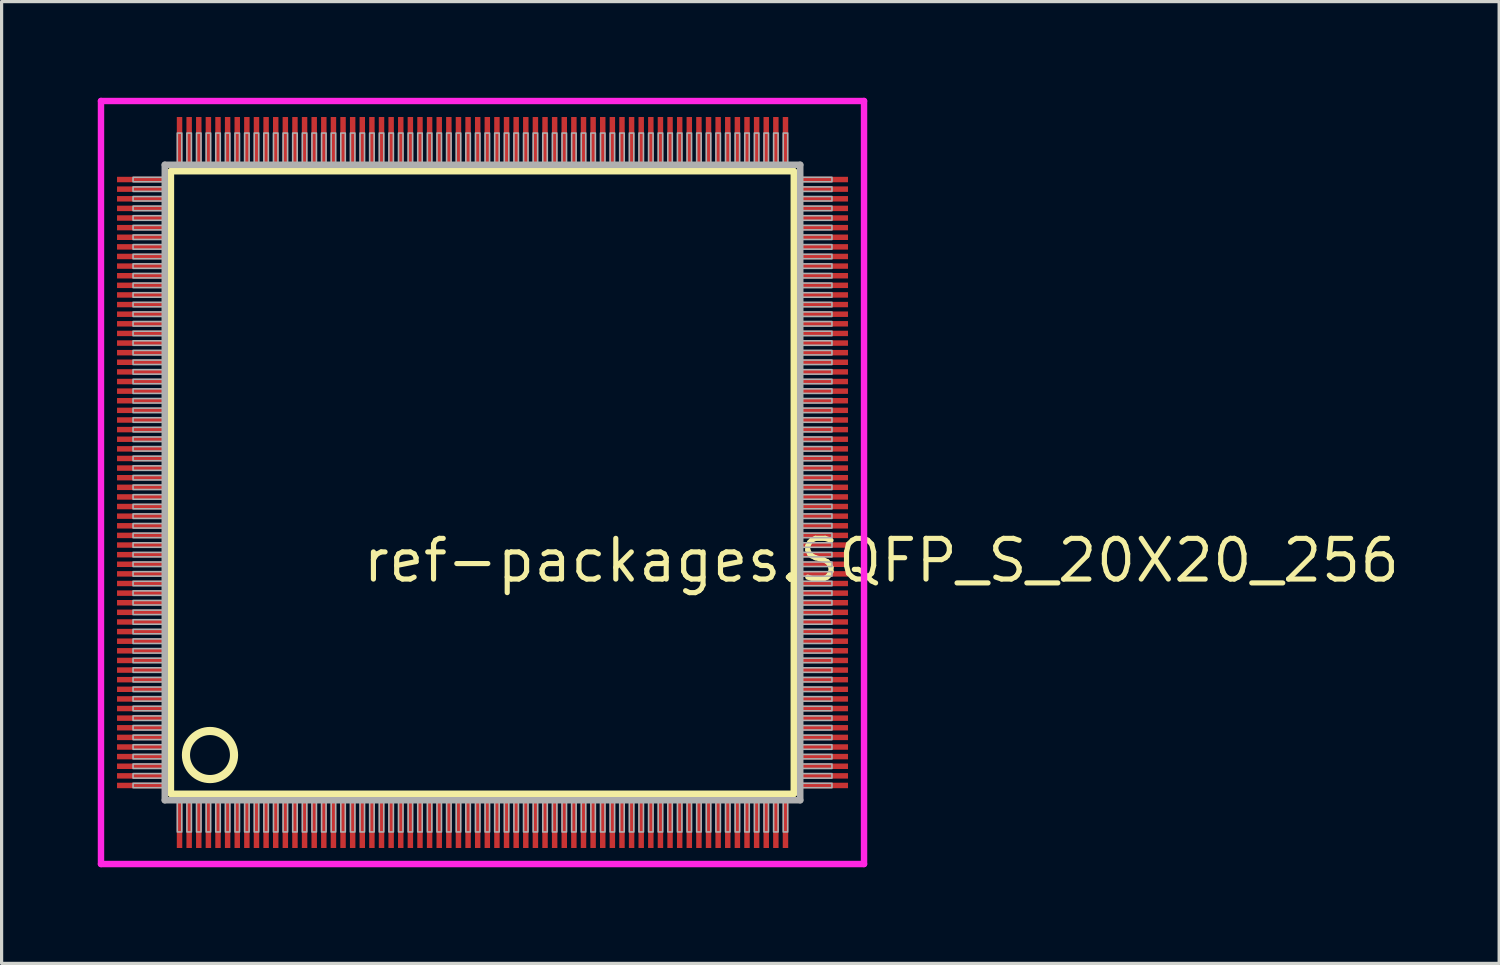
<source format=kicad_pcb>
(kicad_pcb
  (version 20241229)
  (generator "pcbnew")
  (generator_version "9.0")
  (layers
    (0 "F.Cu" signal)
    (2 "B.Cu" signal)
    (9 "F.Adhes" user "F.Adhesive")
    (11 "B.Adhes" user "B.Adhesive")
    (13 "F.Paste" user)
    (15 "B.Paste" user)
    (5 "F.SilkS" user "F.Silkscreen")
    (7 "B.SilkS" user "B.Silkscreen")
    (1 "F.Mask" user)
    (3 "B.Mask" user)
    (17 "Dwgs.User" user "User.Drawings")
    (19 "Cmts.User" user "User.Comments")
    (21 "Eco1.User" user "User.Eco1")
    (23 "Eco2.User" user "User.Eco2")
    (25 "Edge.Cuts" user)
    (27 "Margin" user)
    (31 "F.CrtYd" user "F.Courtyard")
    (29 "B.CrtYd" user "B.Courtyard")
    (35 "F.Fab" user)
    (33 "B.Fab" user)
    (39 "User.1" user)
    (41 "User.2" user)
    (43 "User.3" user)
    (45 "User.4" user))
  (footprint "ref-packages.SQFP_S_20X20_256"
    (layer "F.Cu")
    (at 12 12)
    (property "Reference" "ref-packages.SQFP_S_20X20_256" (at -3.81 3.175 0) (layer "F.SilkS") (effects (font (size 1.27 1.27) (thickness 0.16)) (justify left bottom)))
    (attr smd)
    (fp_line (start -9.72 -9.71) (end 9.71 -9.71) (stroke (width 0.203) (type default)) (layer "F.SilkS"))
    (fp_line (start -9.72 9.71) (end -9.72 -9.71) (stroke (width 0.203) (type default)) (layer "F.SilkS"))
    (fp_line (start 9.71 9.71) (end -9.72 9.71) (stroke (width 0.203) (type default)) (layer "F.SilkS"))
    (fp_line (start 9.71 -9.71) (end 9.71 9.71) (stroke (width 0.203) (type default)) (layer "F.SilkS"))
    (fp_circle (center -8.5 8.5) (end -7.75 8.5) (stroke (width 0.254) (type default)) (fill no) (layer "F.SilkS"))
    (fp_line (start -11.9 -11.9) (end 11.9 -11.9) (stroke (width 0.2) (type default)) (layer "F.CrtYd"))
    (fp_line (start -11.9 11.9) (end -11.9 -11.9) (stroke (width 0.2) (type default)) (layer "F.CrtYd"))
    (fp_line (start 11.9 -11.9) (end 11.9 11.9) (stroke (width 0.2) (type default)) (layer "F.CrtYd"))
    (fp_line (start 11.9 11.9) (end -11.9 11.9) (stroke (width 0.2) (type default)) (layer "F.CrtYd"))
    (fp_line (start -9.91 -9.91) (end -9.91 9.91) (stroke (width 0.203) (type default)) (layer "F.Fab"))
    (fp_line (start -9.91 9.91) (end 9.91 9.91) (stroke (width 0.203) (type default)) (layer "F.Fab"))
    (fp_line (start 9.91 -9.91) (end -9.91 -9.91) (stroke (width 0.203) (type default)) (layer "F.Fab"))
    (fp_line (start 9.91 9.91) (end 9.91 -9.91) (stroke (width 0.203) (type default)) (layer "F.Fab"))
    (fp_rect (start -10.9 -9.38) (end -9.95 -9.52) (stroke (width 0.05) (type default)) (fill no) (layer "F.Fab"))
    (fp_rect (start -10.9 -9.08) (end -9.95 -9.22) (stroke (width 0.05) (type default)) (fill no) (layer "F.Fab"))
    (fp_rect (start -10.9 -8.78) (end -9.95 -8.92) (stroke (width 0.05) (type default)) (fill no) (layer "F.Fab"))
    (fp_rect (start -10.9 -8.48) (end -9.95 -8.62) (stroke (width 0.05) (type default)) (fill no) (layer "F.Fab"))
    (fp_rect (start -10.9 -8.18) (end -9.95 -8.32) (stroke (width 0.05) (type default)) (fill no) (layer "F.Fab"))
    (fp_rect (start -10.9 -7.88) (end -9.95 -8.02) (stroke (width 0.05) (type default)) (fill no) (layer "F.Fab"))
    (fp_rect (start -10.9 -7.58) (end -9.95 -7.72) (stroke (width 0.05) (type default)) (fill no) (layer "F.Fab"))
    (fp_rect (start -10.9 -7.28) (end -9.95 -7.42) (stroke (width 0.05) (type default)) (fill no) (layer "F.Fab"))
    (fp_rect (start -10.9 -6.98) (end -9.95 -7.12) (stroke (width 0.05) (type default)) (fill no) (layer "F.Fab"))
    (fp_rect (start -10.9 -6.68) (end -9.95 -6.82) (stroke (width 0.05) (type default)) (fill no) (layer "F.Fab"))
    (fp_rect (start -10.9 -6.38) (end -9.95 -6.52) (stroke (width 0.05) (type default)) (fill no) (layer "F.Fab"))
    (fp_rect (start -10.9 -6.08) (end -9.95 -6.22) (stroke (width 0.05) (type default)) (fill no) (layer "F.Fab"))
    (fp_rect (start -10.9 -5.78) (end -9.95 -5.92) (stroke (width 0.05) (type default)) (fill no) (layer "F.Fab"))
    (fp_rect (start -10.9 -5.48) (end -9.95 -5.62) (stroke (width 0.05) (type default)) (fill no) (layer "F.Fab"))
    (fp_rect (start -10.9 -5.18) (end -9.95 -5.32) (stroke (width 0.05) (type default)) (fill no) (layer "F.Fab"))
    (fp_rect (start -10.9 -4.88) (end -9.95 -5.02) (stroke (width 0.05) (type default)) (fill no) (layer "F.Fab"))
    (fp_rect (start -10.9 -4.58) (end -9.95 -4.72) (stroke (width 0.05) (type default)) (fill no) (layer "F.Fab"))
    (fp_rect (start -10.9 -4.28) (end -9.95 -4.42) (stroke (width 0.05) (type default)) (fill no) (layer "F.Fab"))
    (fp_rect (start -10.9 -3.98) (end -9.95 -4.12) (stroke (width 0.05) (type default)) (fill no) (layer "F.Fab"))
    (fp_rect (start -10.9 -3.68) (end -9.95 -3.82) (stroke (width 0.05) (type default)) (fill no) (layer "F.Fab"))
    (fp_rect (start -10.9 -3.38) (end -9.95 -3.52) (stroke (width 0.05) (type default)) (fill no) (layer "F.Fab"))
    (fp_rect (start -10.9 -3.08) (end -9.95 -3.22) (stroke (width 0.05) (type default)) (fill no) (layer "F.Fab"))
    (fp_rect (start -10.9 -2.78) (end -9.95 -2.92) (stroke (width 0.05) (type default)) (fill no) (layer "F.Fab"))
    (fp_rect (start -10.9 -2.48) (end -9.95 -2.62) (stroke (width 0.05) (type default)) (fill no) (layer "F.Fab"))
    (fp_rect (start -10.9 -2.18) (end -9.95 -2.32) (stroke (width 0.05) (type default)) (fill no) (layer "F.Fab"))
    (fp_rect (start -10.9 -1.88) (end -9.95 -2.02) (stroke (width 0.05) (type default)) (fill no) (layer "F.Fab"))
    (fp_rect (start -10.9 -1.58) (end -9.95 -1.72) (stroke (width 0.05) (type default)) (fill no) (layer "F.Fab"))
    (fp_rect (start -10.9 -1.28) (end -9.95 -1.42) (stroke (width 0.05) (type default)) (fill no) (layer "F.Fab"))
    (fp_rect (start -10.9 -0.98) (end -9.95 -1.12) (stroke (width 0.05) (type default)) (fill no) (layer "F.Fab"))
    (fp_rect (start -10.9 -0.68) (end -9.95 -0.82) (stroke (width 0.05) (type default)) (fill no) (layer "F.Fab"))
    (fp_rect (start -10.9 -0.38) (end -9.95 -0.52) (stroke (width 0.05) (type default)) (fill no) (layer "F.Fab"))
    (fp_rect (start -10.9 -0.08) (end -9.95 -0.22) (stroke (width 0.05) (type default)) (fill no) (layer "F.Fab"))
    (fp_rect (start -10.9 0.22) (end -9.95 0.08) (stroke (width 0.05) (type default)) (fill no) (layer "F.Fab"))
    (fp_rect (start -10.9 0.52) (end -9.95 0.38) (stroke (width 0.05) (type default)) (fill no) (layer "F.Fab"))
    (fp_rect (start -10.9 0.82) (end -9.95 0.68) (stroke (width 0.05) (type default)) (fill no) (layer "F.Fab"))
    (fp_rect (start -10.9 1.12) (end -9.95 0.98) (stroke (width 0.05) (type default)) (fill no) (layer "F.Fab"))
    (fp_rect (start -10.9 1.42) (end -9.95 1.28) (stroke (width 0.05) (type default)) (fill no) (layer "F.Fab"))
    (fp_rect (start -10.9 1.72) (end -9.95 1.58) (stroke (width 0.05) (type default)) (fill no) (layer "F.Fab"))
    (fp_rect (start -10.9 2.02) (end -9.95 1.88) (stroke (width 0.05) (type default)) (fill no) (layer "F.Fab"))
    (fp_rect (start -10.9 2.32) (end -9.95 2.18) (stroke (width 0.05) (type default)) (fill no) (layer "F.Fab"))
    (fp_rect (start -10.9 2.62) (end -9.95 2.48) (stroke (width 0.05) (type default)) (fill no) (layer "F.Fab"))
    (fp_rect (start -10.9 2.92) (end -9.95 2.78) (stroke (width 0.05) (type default)) (fill no) (layer "F.Fab"))
    (fp_rect (start -10.9 3.22) (end -9.95 3.08) (stroke (width 0.05) (type default)) (fill no) (layer "F.Fab"))
    (fp_rect (start -10.9 3.52) (end -9.95 3.38) (stroke (width 0.05) (type default)) (fill no) (layer "F.Fab"))
    (fp_rect (start -10.9 3.82) (end -9.95 3.68) (stroke (width 0.05) (type default)) (fill no) (layer "F.Fab"))
    (fp_rect (start -10.9 4.12) (end -9.95 3.98) (stroke (width 0.05) (type default)) (fill no) (layer "F.Fab"))
    (fp_rect (start -10.9 4.42) (end -9.95 4.28) (stroke (width 0.05) (type default)) (fill no) (layer "F.Fab"))
    (fp_rect (start -10.9 4.72) (end -9.95 4.58) (stroke (width 0.05) (type default)) (fill no) (layer "F.Fab"))
    (fp_rect (start -10.9 5.02) (end -9.95 4.88) (stroke (width 0.05) (type default)) (fill no) (layer "F.Fab"))
    (fp_rect (start -10.9 5.32) (end -9.95 5.18) (stroke (width 0.05) (type default)) (fill no) (layer "F.Fab"))
    (fp_rect (start -10.9 5.62) (end -9.95 5.48) (stroke (width 0.05) (type default)) (fill no) (layer "F.Fab"))
    (fp_rect (start -10.9 5.92) (end -9.95 5.78) (stroke (width 0.05) (type default)) (fill no) (layer "F.Fab"))
    (fp_rect (start -10.9 6.22) (end -9.95 6.08) (stroke (width 0.05) (type default)) (fill no) (layer "F.Fab"))
    (fp_rect (start -10.9 6.52) (end -9.95 6.38) (stroke (width 0.05) (type default)) (fill no) (layer "F.Fab"))
    (fp_rect (start -10.9 6.82) (end -9.95 6.68) (stroke (width 0.05) (type default)) (fill no) (layer "F.Fab"))
    (fp_rect (start -10.9 7.12) (end -9.95 6.98) (stroke (width 0.05) (type default)) (fill no) (layer "F.Fab"))
    (fp_rect (start -10.9 7.42) (end -9.95 7.28) (stroke (width 0.05) (type default)) (fill no) (layer "F.Fab"))
    (fp_rect (start -10.9 7.72) (end -9.95 7.58) (stroke (width 0.05) (type default)) (fill no) (layer "F.Fab"))
    (fp_rect (start -10.9 8.02) (end -9.95 7.88) (stroke (width 0.05) (type default)) (fill no) (layer "F.Fab"))
    (fp_rect (start -10.9 8.32) (end -9.95 8.18) (stroke (width 0.05) (type default)) (fill no) (layer "F.Fab"))
    (fp_rect (start -10.9 8.62) (end -9.95 8.48) (stroke (width 0.05) (type default)) (fill no) (layer "F.Fab"))
    (fp_rect (start -10.9 8.92) (end -9.95 8.78) (stroke (width 0.05) (type default)) (fill no) (layer "F.Fab"))
    (fp_rect (start -10.9 9.22) (end -9.95 9.08) (stroke (width 0.05) (type default)) (fill no) (layer "F.Fab"))
    (fp_rect (start -10.9 9.52) (end -9.95 9.38) (stroke (width 0.05) (type default)) (fill no) (layer "F.Fab"))
    (fp_rect (start -9.52 -9.95) (end -9.38 -10.9) (stroke (width 0.05) (type default)) (fill no) (layer "F.Fab"))
    (fp_rect (start -9.52 10.9) (end -9.38 9.95) (stroke (width 0.05) (type default)) (fill no) (layer "F.Fab"))
    (fp_rect (start -9.22 -9.95) (end -9.08 -10.9) (stroke (width 0.05) (type default)) (fill no) (layer "F.Fab"))
    (fp_rect (start -9.22 10.9) (end -9.08 9.95) (stroke (width 0.05) (type default)) (fill no) (layer "F.Fab"))
    (fp_rect (start -8.92 -9.95) (end -8.78 -10.9) (stroke (width 0.05) (type default)) (fill no) (layer "F.Fab"))
    (fp_rect (start -8.92 10.9) (end -8.78 9.95) (stroke (width 0.05) (type default)) (fill no) (layer "F.Fab"))
    (fp_rect (start -8.62 -9.95) (end -8.48 -10.9) (stroke (width 0.05) (type default)) (fill no) (layer "F.Fab"))
    (fp_rect (start -8.62 10.9) (end -8.48 9.95) (stroke (width 0.05) (type default)) (fill no) (layer "F.Fab"))
    (fp_rect (start -8.32 -9.95) (end -8.18 -10.9) (stroke (width 0.05) (type default)) (fill no) (layer "F.Fab"))
    (fp_rect (start -8.32 10.9) (end -8.18 9.95) (stroke (width 0.05) (type default)) (fill no) (layer "F.Fab"))
    (fp_rect (start -8.02 -9.95) (end -7.88 -10.9) (stroke (width 0.05) (type default)) (fill no) (layer "F.Fab"))
    (fp_rect (start -8.02 10.9) (end -7.88 9.95) (stroke (width 0.05) (type default)) (fill no) (layer "F.Fab"))
    (fp_rect (start -7.72 -9.95) (end -7.58 -10.9) (stroke (width 0.05) (type default)) (fill no) (layer "F.Fab"))
    (fp_rect (start -7.72 10.9) (end -7.58 9.95) (stroke (width 0.05) (type default)) (fill no) (layer "F.Fab"))
    (fp_rect (start -7.42 -9.95) (end -7.28 -10.9) (stroke (width 0.05) (type default)) (fill no) (layer "F.Fab"))
    (fp_rect (start -7.42 10.9) (end -7.28 9.95) (stroke (width 0.05) (type default)) (fill no) (layer "F.Fab"))
    (fp_rect (start -7.12 -9.95) (end -6.98 -10.9) (stroke (width 0.05) (type default)) (fill no) (layer "F.Fab"))
    (fp_rect (start -7.12 10.9) (end -6.98 9.95) (stroke (width 0.05) (type default)) (fill no) (layer "F.Fab"))
    (fp_rect (start -6.82 -9.95) (end -6.68 -10.9) (stroke (width 0.05) (type default)) (fill no) (layer "F.Fab"))
    (fp_rect (start -6.82 10.9) (end -6.68 9.95) (stroke (width 0.05) (type default)) (fill no) (layer "F.Fab"))
    (fp_rect (start -6.52 -9.95) (end -6.38 -10.9) (stroke (width 0.05) (type default)) (fill no) (layer "F.Fab"))
    (fp_rect (start -6.52 10.9) (end -6.38 9.95) (stroke (width 0.05) (type default)) (fill no) (layer "F.Fab"))
    (fp_rect (start -6.22 -9.95) (end -6.08 -10.9) (stroke (width 0.05) (type default)) (fill no) (layer "F.Fab"))
    (fp_rect (start -6.22 10.9) (end -6.08 9.95) (stroke (width 0.05) (type default)) (fill no) (layer "F.Fab"))
    (fp_rect (start -5.92 -9.95) (end -5.78 -10.9) (stroke (width 0.05) (type default)) (fill no) (layer "F.Fab"))
    (fp_rect (start -5.92 10.9) (end -5.78 9.95) (stroke (width 0.05) (type default)) (fill no) (layer "F.Fab"))
    (fp_rect (start -5.62 -9.95) (end -5.48 -10.9) (stroke (width 0.05) (type default)) (fill no) (layer "F.Fab"))
    (fp_rect (start -5.62 10.9) (end -5.48 9.95) (stroke (width 0.05) (type default)) (fill no) (layer "F.Fab"))
    (fp_rect (start -5.32 -9.95) (end -5.18 -10.9) (stroke (width 0.05) (type default)) (fill no) (layer "F.Fab"))
    (fp_rect (start -5.32 10.9) (end -5.18 9.95) (stroke (width 0.05) (type default)) (fill no) (layer "F.Fab"))
    (fp_rect (start -5.02 -9.95) (end -4.88 -10.9) (stroke (width 0.05) (type default)) (fill no) (layer "F.Fab"))
    (fp_rect (start -5.02 10.9) (end -4.88 9.95) (stroke (width 0.05) (type default)) (fill no) (layer "F.Fab"))
    (fp_rect (start -4.72 -9.95) (end -4.58 -10.9) (stroke (width 0.05) (type default)) (fill no) (layer "F.Fab"))
    (fp_rect (start -4.72 10.9) (end -4.58 9.95) (stroke (width 0.05) (type default)) (fill no) (layer "F.Fab"))
    (fp_rect (start -4.42 -9.95) (end -4.28 -10.9) (stroke (width 0.05) (type default)) (fill no) (layer "F.Fab"))
    (fp_rect (start -4.42 10.9) (end -4.28 9.95) (stroke (width 0.05) (type default)) (fill no) (layer "F.Fab"))
    (fp_rect (start -4.12 -9.95) (end -3.98 -10.9) (stroke (width 0.05) (type default)) (fill no) (layer "F.Fab"))
    (fp_rect (start -4.12 10.9) (end -3.98 9.95) (stroke (width 0.05) (type default)) (fill no) (layer "F.Fab"))
    (fp_rect (start -3.82 -9.95) (end -3.68 -10.9) (stroke (width 0.05) (type default)) (fill no) (layer "F.Fab"))
    (fp_rect (start -3.82 10.9) (end -3.68 9.95) (stroke (width 0.05) (type default)) (fill no) (layer "F.Fab"))
    (fp_rect (start -3.52 -9.95) (end -3.38 -10.9) (stroke (width 0.05) (type default)) (fill no) (layer "F.Fab"))
    (fp_rect (start -3.52 10.9) (end -3.38 9.95) (stroke (width 0.05) (type default)) (fill no) (layer "F.Fab"))
    (fp_rect (start -3.22 -9.95) (end -3.08 -10.9) (stroke (width 0.05) (type default)) (fill no) (layer "F.Fab"))
    (fp_rect (start -3.22 10.9) (end -3.08 9.95) (stroke (width 0.05) (type default)) (fill no) (layer "F.Fab"))
    (fp_rect (start -2.92 -9.95) (end -2.78 -10.9) (stroke (width 0.05) (type default)) (fill no) (layer "F.Fab"))
    (fp_rect (start -2.92 10.9) (end -2.78 9.95) (stroke (width 0.05) (type default)) (fill no) (layer "F.Fab"))
    (fp_rect (start -2.62 -9.95) (end -2.48 -10.9) (stroke (width 0.05) (type default)) (fill no) (layer "F.Fab"))
    (fp_rect (start -2.62 10.9) (end -2.48 9.95) (stroke (width 0.05) (type default)) (fill no) (layer "F.Fab"))
    (fp_rect (start -2.32 -9.95) (end -2.18 -10.9) (stroke (width 0.05) (type default)) (fill no) (layer "F.Fab"))
    (fp_rect (start -2.32 10.9) (end -2.18 9.95) (stroke (width 0.05) (type default)) (fill no) (layer "F.Fab"))
    (fp_rect (start -2.02 -9.95) (end -1.88 -10.9) (stroke (width 0.05) (type default)) (fill no) (layer "F.Fab"))
    (fp_rect (start -2.02 10.9) (end -1.88 9.95) (stroke (width 0.05) (type default)) (fill no) (layer "F.Fab"))
    (fp_rect (start -1.72 -9.95) (end -1.58 -10.9) (stroke (width 0.05) (type default)) (fill no) (layer "F.Fab"))
    (fp_rect (start -1.72 10.9) (end -1.58 9.95) (stroke (width 0.05) (type default)) (fill no) (layer "F.Fab"))
    (fp_rect (start -1.42 -9.95) (end -1.28 -10.9) (stroke (width 0.05) (type default)) (fill no) (layer "F.Fab"))
    (fp_rect (start -1.42 10.9) (end -1.28 9.95) (stroke (width 0.05) (type default)) (fill no) (layer "F.Fab"))
    (fp_rect (start -1.12 -9.95) (end -0.98 -10.9) (stroke (width 0.05) (type default)) (fill no) (layer "F.Fab"))
    (fp_rect (start -1.12 10.9) (end -0.98 9.95) (stroke (width 0.05) (type default)) (fill no) (layer "F.Fab"))
    (fp_rect (start -0.82 -9.95) (end -0.68 -10.9) (stroke (width 0.05) (type default)) (fill no) (layer "F.Fab"))
    (fp_rect (start -0.82 10.9) (end -0.68 9.95) (stroke (width 0.05) (type default)) (fill no) (layer "F.Fab"))
    (fp_rect (start -0.52 -9.95) (end -0.38 -10.9) (stroke (width 0.05) (type default)) (fill no) (layer "F.Fab"))
    (fp_rect (start -0.52 10.9) (end -0.38 9.95) (stroke (width 0.05) (type default)) (fill no) (layer "F.Fab"))
    (fp_rect (start -0.22 -9.95) (end -0.08 -10.9) (stroke (width 0.05) (type default)) (fill no) (layer "F.Fab"))
    (fp_rect (start -0.22 10.9) (end -0.08 9.95) (stroke (width 0.05) (type default)) (fill no) (layer "F.Fab"))
    (fp_rect (start 0.08 -9.95) (end 0.22 -10.9) (stroke (width 0.05) (type default)) (fill no) (layer "F.Fab"))
    (fp_rect (start 0.08 10.9) (end 0.22 9.95) (stroke (width 0.05) (type default)) (fill no) (layer "F.Fab"))
    (fp_rect (start 0.38 -9.95) (end 0.52 -10.9) (stroke (width 0.05) (type default)) (fill no) (layer "F.Fab"))
    (fp_rect (start 0.38 10.9) (end 0.52 9.95) (stroke (width 0.05) (type default)) (fill no) (layer "F.Fab"))
    (fp_rect (start 0.68 -9.95) (end 0.82 -10.9) (stroke (width 0.05) (type default)) (fill no) (layer "F.Fab"))
    (fp_rect (start 0.68 10.9) (end 0.82 9.95) (stroke (width 0.05) (type default)) (fill no) (layer "F.Fab"))
    (fp_rect (start 0.98 -9.95) (end 1.12 -10.9) (stroke (width 0.05) (type default)) (fill no) (layer "F.Fab"))
    (fp_rect (start 0.98 10.9) (end 1.12 9.95) (stroke (width 0.05) (type default)) (fill no) (layer "F.Fab"))
    (fp_rect (start 1.28 -9.95) (end 1.42 -10.9) (stroke (width 0.05) (type default)) (fill no) (layer "F.Fab"))
    (fp_rect (start 1.28 10.9) (end 1.42 9.95) (stroke (width 0.05) (type default)) (fill no) (layer "F.Fab"))
    (fp_rect (start 1.58 -9.95) (end 1.72 -10.9) (stroke (width 0.05) (type default)) (fill no) (layer "F.Fab"))
    (fp_rect (start 1.58 10.9) (end 1.72 9.95) (stroke (width 0.05) (type default)) (fill no) (layer "F.Fab"))
    (fp_rect (start 1.88 -9.95) (end 2.02 -10.9) (stroke (width 0.05) (type default)) (fill no) (layer "F.Fab"))
    (fp_rect (start 1.88 10.9) (end 2.02 9.95) (stroke (width 0.05) (type default)) (fill no) (layer "F.Fab"))
    (fp_rect (start 2.18 -9.95) (end 2.32 -10.9) (stroke (width 0.05) (type default)) (fill no) (layer "F.Fab"))
    (fp_rect (start 2.18 10.9) (end 2.32 9.95) (stroke (width 0.05) (type default)) (fill no) (layer "F.Fab"))
    (fp_rect (start 2.48 -9.95) (end 2.62 -10.9) (stroke (width 0.05) (type default)) (fill no) (layer "F.Fab"))
    (fp_rect (start 2.48 10.9) (end 2.62 9.95) (stroke (width 0.05) (type default)) (fill no) (layer "F.Fab"))
    (fp_rect (start 2.78 -9.95) (end 2.92 -10.9) (stroke (width 0.05) (type default)) (fill no) (layer "F.Fab"))
    (fp_rect (start 2.78 10.9) (end 2.92 9.95) (stroke (width 0.05) (type default)) (fill no) (layer "F.Fab"))
    (fp_rect (start 3.08 -9.95) (end 3.22 -10.9) (stroke (width 0.05) (type default)) (fill no) (layer "F.Fab"))
    (fp_rect (start 3.08 10.9) (end 3.22 9.95) (stroke (width 0.05) (type default)) (fill no) (layer "F.Fab"))
    (fp_rect (start 3.38 -9.95) (end 3.52 -10.9) (stroke (width 0.05) (type default)) (fill no) (layer "F.Fab"))
    (fp_rect (start 3.38 10.9) (end 3.52 9.95) (stroke (width 0.05) (type default)) (fill no) (layer "F.Fab"))
    (fp_rect (start 3.68 -9.95) (end 3.82 -10.9) (stroke (width 0.05) (type default)) (fill no) (layer "F.Fab"))
    (fp_rect (start 3.68 10.9) (end 3.82 9.95) (stroke (width 0.05) (type default)) (fill no) (layer "F.Fab"))
    (fp_rect (start 3.98 -9.95) (end 4.12 -10.9) (stroke (width 0.05) (type default)) (fill no) (layer "F.Fab"))
    (fp_rect (start 3.98 10.9) (end 4.12 9.95) (stroke (width 0.05) (type default)) (fill no) (layer "F.Fab"))
    (fp_rect (start 4.28 -9.95) (end 4.42 -10.9) (stroke (width 0.05) (type default)) (fill no) (layer "F.Fab"))
    (fp_rect (start 4.28 10.9) (end 4.42 9.95) (stroke (width 0.05) (type default)) (fill no) (layer "F.Fab"))
    (fp_rect (start 4.58 -9.95) (end 4.72 -10.9) (stroke (width 0.05) (type default)) (fill no) (layer "F.Fab"))
    (fp_rect (start 4.58 10.9) (end 4.72 9.95) (stroke (width 0.05) (type default)) (fill no) (layer "F.Fab"))
    (fp_rect (start 4.88 -9.95) (end 5.02 -10.9) (stroke (width 0.05) (type default)) (fill no) (layer "F.Fab"))
    (fp_rect (start 4.88 10.9) (end 5.02 9.95) (stroke (width 0.05) (type default)) (fill no) (layer "F.Fab"))
    (fp_rect (start 5.18 -9.95) (end 5.32 -10.9) (stroke (width 0.05) (type default)) (fill no) (layer "F.Fab"))
    (fp_rect (start 5.18 10.9) (end 5.32 9.95) (stroke (width 0.05) (type default)) (fill no) (layer "F.Fab"))
    (fp_rect (start 5.48 -9.95) (end 5.62 -10.9) (stroke (width 0.05) (type default)) (fill no) (layer "F.Fab"))
    (fp_rect (start 5.48 10.9) (end 5.62 9.95) (stroke (width 0.05) (type default)) (fill no) (layer "F.Fab"))
    (fp_rect (start 5.78 -9.95) (end 5.92 -10.9) (stroke (width 0.05) (type default)) (fill no) (layer "F.Fab"))
    (fp_rect (start 5.78 10.9) (end 5.92 9.95) (stroke (width 0.05) (type default)) (fill no) (layer "F.Fab"))
    (fp_rect (start 6.08 -9.95) (end 6.22 -10.9) (stroke (width 0.05) (type default)) (fill no) (layer "F.Fab"))
    (fp_rect (start 6.08 10.9) (end 6.22 9.95) (stroke (width 0.05) (type default)) (fill no) (layer "F.Fab"))
    (fp_rect (start 6.38 -9.95) (end 6.52 -10.9) (stroke (width 0.05) (type default)) (fill no) (layer "F.Fab"))
    (fp_rect (start 6.38 10.9) (end 6.52 9.95) (stroke (width 0.05) (type default)) (fill no) (layer "F.Fab"))
    (fp_rect (start 6.68 -9.95) (end 6.82 -10.9) (stroke (width 0.05) (type default)) (fill no) (layer "F.Fab"))
    (fp_rect (start 6.68 10.9) (end 6.82 9.95) (stroke (width 0.05) (type default)) (fill no) (layer "F.Fab"))
    (fp_rect (start 6.98 -9.95) (end 7.12 -10.9) (stroke (width 0.05) (type default)) (fill no) (layer "F.Fab"))
    (fp_rect (start 6.98 10.9) (end 7.12 9.95) (stroke (width 0.05) (type default)) (fill no) (layer "F.Fab"))
    (fp_rect (start 7.28 -9.95) (end 7.42 -10.9) (stroke (width 0.05) (type default)) (fill no) (layer "F.Fab"))
    (fp_rect (start 7.28 10.9) (end 7.42 9.95) (stroke (width 0.05) (type default)) (fill no) (layer "F.Fab"))
    (fp_rect (start 7.58 -9.95) (end 7.72 -10.9) (stroke (width 0.05) (type default)) (fill no) (layer "F.Fab"))
    (fp_rect (start 7.58 10.9) (end 7.72 9.95) (stroke (width 0.05) (type default)) (fill no) (layer "F.Fab"))
    (fp_rect (start 7.88 -9.95) (end 8.02 -10.9) (stroke (width 0.05) (type default)) (fill no) (layer "F.Fab"))
    (fp_rect (start 7.88 10.9) (end 8.02 9.95) (stroke (width 0.05) (type default)) (fill no) (layer "F.Fab"))
    (fp_rect (start 8.18 -9.95) (end 8.32 -10.9) (stroke (width 0.05) (type default)) (fill no) (layer "F.Fab"))
    (fp_rect (start 8.18 10.9) (end 8.32 9.95) (stroke (width 0.05) (type default)) (fill no) (layer "F.Fab"))
    (fp_rect (start 8.48 -9.95) (end 8.62 -10.9) (stroke (width 0.05) (type default)) (fill no) (layer "F.Fab"))
    (fp_rect (start 8.48 10.9) (end 8.62 9.95) (stroke (width 0.05) (type default)) (fill no) (layer "F.Fab"))
    (fp_rect (start 8.78 -9.95) (end 8.92 -10.9) (stroke (width 0.05) (type default)) (fill no) (layer "F.Fab"))
    (fp_rect (start 8.78 10.9) (end 8.92 9.95) (stroke (width 0.05) (type default)) (fill no) (layer "F.Fab"))
    (fp_rect (start 9.08 -9.95) (end 9.22 -10.9) (stroke (width 0.05) (type default)) (fill no) (layer "F.Fab"))
    (fp_rect (start 9.08 10.9) (end 9.22 9.95) (stroke (width 0.05) (type default)) (fill no) (layer "F.Fab"))
    (fp_rect (start 9.38 -9.95) (end 9.52 -10.9) (stroke (width 0.05) (type default)) (fill no) (layer "F.Fab"))
    (fp_rect (start 9.38 10.9) (end 9.52 9.95) (stroke (width 0.05) (type default)) (fill no) (layer "F.Fab"))
    (fp_rect (start 9.95 -9.38) (end 10.9 -9.52) (stroke (width 0.05) (type default)) (fill no) (layer "F.Fab"))
    (fp_rect (start 9.95 -9.08) (end 10.9 -9.22) (stroke (width 0.05) (type default)) (fill no) (layer "F.Fab"))
    (fp_rect (start 9.95 -8.78) (end 10.9 -8.92) (stroke (width 0.05) (type default)) (fill no) (layer "F.Fab"))
    (fp_rect (start 9.95 -8.48) (end 10.9 -8.62) (stroke (width 0.05) (type default)) (fill no) (layer "F.Fab"))
    (fp_rect (start 9.95 -8.18) (end 10.9 -8.32) (stroke (width 0.05) (type default)) (fill no) (layer "F.Fab"))
    (fp_rect (start 9.95 -7.88) (end 10.9 -8.02) (stroke (width 0.05) (type default)) (fill no) (layer "F.Fab"))
    (fp_rect (start 9.95 -7.58) (end 10.9 -7.72) (stroke (width 0.05) (type default)) (fill no) (layer "F.Fab"))
    (fp_rect (start 9.95 -7.28) (end 10.9 -7.42) (stroke (width 0.05) (type default)) (fill no) (layer "F.Fab"))
    (fp_rect (start 9.95 -6.98) (end 10.9 -7.12) (stroke (width 0.05) (type default)) (fill no) (layer "F.Fab"))
    (fp_rect (start 9.95 -6.68) (end 10.9 -6.82) (stroke (width 0.05) (type default)) (fill no) (layer "F.Fab"))
    (fp_rect (start 9.95 -6.38) (end 10.9 -6.52) (stroke (width 0.05) (type default)) (fill no) (layer "F.Fab"))
    (fp_rect (start 9.95 -6.08) (end 10.9 -6.22) (stroke (width 0.05) (type default)) (fill no) (layer "F.Fab"))
    (fp_rect (start 9.95 -5.78) (end 10.9 -5.92) (stroke (width 0.05) (type default)) (fill no) (layer "F.Fab"))
    (fp_rect (start 9.95 -5.48) (end 10.9 -5.62) (stroke (width 0.05) (type default)) (fill no) (layer "F.Fab"))
    (fp_rect (start 9.95 -5.18) (end 10.9 -5.32) (stroke (width 0.05) (type default)) (fill no) (layer "F.Fab"))
    (fp_rect (start 9.95 -4.88) (end 10.9 -5.02) (stroke (width 0.05) (type default)) (fill no) (layer "F.Fab"))
    (fp_rect (start 9.95 -4.58) (end 10.9 -4.72) (stroke (width 0.05) (type default)) (fill no) (layer "F.Fab"))
    (fp_rect (start 9.95 -4.28) (end 10.9 -4.42) (stroke (width 0.05) (type default)) (fill no) (layer "F.Fab"))
    (fp_rect (start 9.95 -3.98) (end 10.9 -4.12) (stroke (width 0.05) (type default)) (fill no) (layer "F.Fab"))
    (fp_rect (start 9.95 -3.68) (end 10.9 -3.82) (stroke (width 0.05) (type default)) (fill no) (layer "F.Fab"))
    (fp_rect (start 9.95 -3.38) (end 10.9 -3.52) (stroke (width 0.05) (type default)) (fill no) (layer "F.Fab"))
    (fp_rect (start 9.95 -3.08) (end 10.9 -3.22) (stroke (width 0.05) (type default)) (fill no) (layer "F.Fab"))
    (fp_rect (start 9.95 -2.78) (end 10.9 -2.92) (stroke (width 0.05) (type default)) (fill no) (layer "F.Fab"))
    (fp_rect (start 9.95 -2.48) (end 10.9 -2.62) (stroke (width 0.05) (type default)) (fill no) (layer "F.Fab"))
    (fp_rect (start 9.95 -2.18) (end 10.9 -2.32) (stroke (width 0.05) (type default)) (fill no) (layer "F.Fab"))
    (fp_rect (start 9.95 -1.88) (end 10.9 -2.02) (stroke (width 0.05) (type default)) (fill no) (layer "F.Fab"))
    (fp_rect (start 9.95 -1.58) (end 10.9 -1.72) (stroke (width 0.05) (type default)) (fill no) (layer "F.Fab"))
    (fp_rect (start 9.95 -1.28) (end 10.9 -1.42) (stroke (width 0.05) (type default)) (fill no) (layer "F.Fab"))
    (fp_rect (start 9.95 -0.98) (end 10.9 -1.12) (stroke (width 0.05) (type default)) (fill no) (layer "F.Fab"))
    (fp_rect (start 9.95 -0.68) (end 10.9 -0.82) (stroke (width 0.05) (type default)) (fill no) (layer "F.Fab"))
    (fp_rect (start 9.95 -0.38) (end 10.9 -0.52) (stroke (width 0.05) (type default)) (fill no) (layer "F.Fab"))
    (fp_rect (start 9.95 -0.08) (end 10.9 -0.22) (stroke (width 0.05) (type default)) (fill no) (layer "F.Fab"))
    (fp_rect (start 9.95 0.22) (end 10.9 0.08) (stroke (width 0.05) (type default)) (fill no) (layer "F.Fab"))
    (fp_rect (start 9.95 0.52) (end 10.9 0.38) (stroke (width 0.05) (type default)) (fill no) (layer "F.Fab"))
    (fp_rect (start 9.95 0.82) (end 10.9 0.68) (stroke (width 0.05) (type default)) (fill no) (layer "F.Fab"))
    (fp_rect (start 9.95 1.12) (end 10.9 0.98) (stroke (width 0.05) (type default)) (fill no) (layer "F.Fab"))
    (fp_rect (start 9.95 1.42) (end 10.9 1.28) (stroke (width 0.05) (type default)) (fill no) (layer "F.Fab"))
    (fp_rect (start 9.95 1.72) (end 10.9 1.58) (stroke (width 0.05) (type default)) (fill no) (layer "F.Fab"))
    (fp_rect (start 9.95 2.02) (end 10.9 1.88) (stroke (width 0.05) (type default)) (fill no) (layer "F.Fab"))
    (fp_rect (start 9.95 2.32) (end 10.9 2.18) (stroke (width 0.05) (type default)) (fill no) (layer "F.Fab"))
    (fp_rect (start 9.95 2.62) (end 10.9 2.48) (stroke (width 0.05) (type default)) (fill no) (layer "F.Fab"))
    (fp_rect (start 9.95 2.92) (end 10.9 2.78) (stroke (width 0.05) (type default)) (fill no) (layer "F.Fab"))
    (fp_rect (start 9.95 3.22) (end 10.9 3.08) (stroke (width 0.05) (type default)) (fill no) (layer "F.Fab"))
    (fp_rect (start 9.95 3.52) (end 10.9 3.38) (stroke (width 0.05) (type default)) (fill no) (layer "F.Fab"))
    (fp_rect (start 9.95 3.82) (end 10.9 3.68) (stroke (width 0.05) (type default)) (fill no) (layer "F.Fab"))
    (fp_rect (start 9.95 4.12) (end 10.9 3.98) (stroke (width 0.05) (type default)) (fill no) (layer "F.Fab"))
    (fp_rect (start 9.95 4.42) (end 10.9 4.28) (stroke (width 0.05) (type default)) (fill no) (layer "F.Fab"))
    (fp_rect (start 9.95 4.72) (end 10.9 4.58) (stroke (width 0.05) (type default)) (fill no) (layer "F.Fab"))
    (fp_rect (start 9.95 5.02) (end 10.9 4.88) (stroke (width 0.05) (type default)) (fill no) (layer "F.Fab"))
    (fp_rect (start 9.95 5.32) (end 10.9 5.18) (stroke (width 0.05) (type default)) (fill no) (layer "F.Fab"))
    (fp_rect (start 9.95 5.62) (end 10.9 5.48) (stroke (width 0.05) (type default)) (fill no) (layer "F.Fab"))
    (fp_rect (start 9.95 5.92) (end 10.9 5.78) (stroke (width 0.05) (type default)) (fill no) (layer "F.Fab"))
    (fp_rect (start 9.95 6.22) (end 10.9 6.08) (stroke (width 0.05) (type default)) (fill no) (layer "F.Fab"))
    (fp_rect (start 9.95 6.52) (end 10.9 6.38) (stroke (width 0.05) (type default)) (fill no) (layer "F.Fab"))
    (fp_rect (start 9.95 6.82) (end 10.9 6.68) (stroke (width 0.05) (type default)) (fill no) (layer "F.Fab"))
    (fp_rect (start 9.95 7.12) (end 10.9 6.98) (stroke (width 0.05) (type default)) (fill no) (layer "F.Fab"))
    (fp_rect (start 9.95 7.42) (end 10.9 7.28) (stroke (width 0.05) (type default)) (fill no) (layer "F.Fab"))
    (fp_rect (start 9.95 7.72) (end 10.9 7.58) (stroke (width 0.05) (type default)) (fill no) (layer "F.Fab"))
    (fp_rect (start 9.95 8.02) (end 10.9 7.88) (stroke (width 0.05) (type default)) (fill no) (layer "F.Fab"))
    (fp_rect (start 9.95 8.32) (end 10.9 8.18) (stroke (width 0.05) (type default)) (fill no) (layer "F.Fab"))
    (fp_rect (start 9.95 8.62) (end 10.9 8.48) (stroke (width 0.05) (type default)) (fill no) (layer "F.Fab"))
    (fp_rect (start 9.95 8.92) (end 10.9 8.78) (stroke (width 0.05) (type default)) (fill no) (layer "F.Fab"))
    (fp_rect (start 9.95 9.22) (end 10.9 9.08) (stroke (width 0.05) (type default)) (fill no) (layer "F.Fab"))
    (fp_rect (start 9.95 9.52) (end 10.9 9.38) (stroke (width 0.05) (type default)) (fill no) (layer "F.Fab"))
    (pad "1" smd roundrect (at -9.45 10.6) (size 0.17 1.6) (layers "F.Cu" "F.Mask" "F.Paste") (roundrect_rratio 0.01))
    (pad "2" smd roundrect (at -9.15 10.6) (size 0.17 1.6) (layers "F.Cu" "F.Mask" "F.Paste") (roundrect_rratio 0.01))
    (pad "3" smd roundrect (at -8.85 10.6) (size 0.17 1.6) (layers "F.Cu" "F.Mask" "F.Paste") (roundrect_rratio 0.01))
    (pad "4" smd roundrect (at -8.55 10.6) (size 0.17 1.6) (layers "F.Cu" "F.Mask" "F.Paste") (roundrect_rratio 0.01))
    (pad "5" smd roundrect (at -8.25 10.6) (size 0.17 1.6) (layers "F.Cu" "F.Mask" "F.Paste") (roundrect_rratio 0.01))
    (pad "6" smd roundrect (at -7.95 10.6) (size 0.17 1.6) (layers "F.Cu" "F.Mask" "F.Paste") (roundrect_rratio 0.01))
    (pad "7" smd roundrect (at -7.65 10.6) (size 0.17 1.6) (layers "F.Cu" "F.Mask" "F.Paste") (roundrect_rratio 0.01))
    (pad "8" smd roundrect (at -7.35 10.6) (size 0.17 1.6) (layers "F.Cu" "F.Mask" "F.Paste") (roundrect_rratio 0.01))
    (pad "9" smd roundrect (at -7.05 10.6) (size 0.17 1.6) (layers "F.Cu" "F.Mask" "F.Paste") (roundrect_rratio 0.01))
    (pad "10" smd roundrect (at -6.75 10.6) (size 0.17 1.6) (layers "F.Cu" "F.Mask" "F.Paste") (roundrect_rratio 0.01))
    (pad "11" smd roundrect (at -6.45 10.6) (size 0.17 1.6) (layers "F.Cu" "F.Mask" "F.Paste") (roundrect_rratio 0.01))
    (pad "12" smd roundrect (at -6.15 10.6) (size 0.17 1.6) (layers "F.Cu" "F.Mask" "F.Paste") (roundrect_rratio 0.01))
    (pad "13" smd roundrect (at -5.85 10.6) (size 0.17 1.6) (layers "F.Cu" "F.Mask" "F.Paste") (roundrect_rratio 0.01))
    (pad "14" smd roundrect (at -5.55 10.6) (size 0.17 1.6) (layers "F.Cu" "F.Mask" "F.Paste") (roundrect_rratio 0.01))
    (pad "15" smd roundrect (at -5.25 10.6) (size 0.17 1.6) (layers "F.Cu" "F.Mask" "F.Paste") (roundrect_rratio 0.01))
    (pad "16" smd roundrect (at -4.95 10.6) (size 0.17 1.6) (layers "F.Cu" "F.Mask" "F.Paste") (roundrect_rratio 0.01))
    (pad "17" smd roundrect (at -4.65 10.6) (size 0.17 1.6) (layers "F.Cu" "F.Mask" "F.Paste") (roundrect_rratio 0.01))
    (pad "18" smd roundrect (at -4.35 10.6) (size 0.17 1.6) (layers "F.Cu" "F.Mask" "F.Paste") (roundrect_rratio 0.01))
    (pad "19" smd roundrect (at -4.05 10.6) (size 0.17 1.6) (layers "F.Cu" "F.Mask" "F.Paste") (roundrect_rratio 0.01))
    (pad "20" smd roundrect (at -3.75 10.6) (size 0.17 1.6) (layers "F.Cu" "F.Mask" "F.Paste") (roundrect_rratio 0.01))
    (pad "21" smd roundrect (at -3.45 10.6) (size 0.17 1.6) (layers "F.Cu" "F.Mask" "F.Paste") (roundrect_rratio 0.01))
    (pad "22" smd roundrect (at -3.15 10.6) (size 0.17 1.6) (layers "F.Cu" "F.Mask" "F.Paste") (roundrect_rratio 0.01))
    (pad "23" smd roundrect (at -2.85 10.6) (size 0.17 1.6) (layers "F.Cu" "F.Mask" "F.Paste") (roundrect_rratio 0.01))
    (pad "24" smd roundrect (at -2.55 10.6) (size 0.17 1.6) (layers "F.Cu" "F.Mask" "F.Paste") (roundrect_rratio 0.01))
    (pad "25" smd roundrect (at -2.25 10.6) (size 0.17 1.6) (layers "F.Cu" "F.Mask" "F.Paste") (roundrect_rratio 0.01))
    (pad "26" smd roundrect (at -1.95 10.6) (size 0.17 1.6) (layers "F.Cu" "F.Mask" "F.Paste") (roundrect_rratio 0.01))
    (pad "27" smd roundrect (at -1.65 10.6) (size 0.17 1.6) (layers "F.Cu" "F.Mask" "F.Paste") (roundrect_rratio 0.01))
    (pad "28" smd roundrect (at -1.35 10.6) (size 0.17 1.6) (layers "F.Cu" "F.Mask" "F.Paste") (roundrect_rratio 0.01))
    (pad "29" smd roundrect (at -1.05 10.6) (size 0.17 1.6) (layers "F.Cu" "F.Mask" "F.Paste") (roundrect_rratio 0.01))
    (pad "30" smd roundrect (at -0.75 10.6) (size 0.17 1.6) (layers "F.Cu" "F.Mask" "F.Paste") (roundrect_rratio 0.01))
    (pad "31" smd roundrect (at -0.45 10.6) (size 0.17 1.6) (layers "F.Cu" "F.Mask" "F.Paste") (roundrect_rratio 0.01))
    (pad "32" smd roundrect (at -0.15 10.6) (size 0.17 1.6) (layers "F.Cu" "F.Mask" "F.Paste") (roundrect_rratio 0.01))
    (pad "33" smd roundrect (at 0.15 10.6) (size 0.17 1.6) (layers "F.Cu" "F.Mask" "F.Paste") (roundrect_rratio 0.01))
    (pad "34" smd roundrect (at 0.45 10.6) (size 0.17 1.6) (layers "F.Cu" "F.Mask" "F.Paste") (roundrect_rratio 0.01))
    (pad "35" smd roundrect (at 0.75 10.6) (size 0.17 1.6) (layers "F.Cu" "F.Mask" "F.Paste") (roundrect_rratio 0.01))
    (pad "36" smd roundrect (at 1.05 10.6) (size 0.17 1.6) (layers "F.Cu" "F.Mask" "F.Paste") (roundrect_rratio 0.01))
    (pad "37" smd roundrect (at 1.35 10.6) (size 0.17 1.6) (layers "F.Cu" "F.Mask" "F.Paste") (roundrect_rratio 0.01))
    (pad "38" smd roundrect (at 1.65 10.6) (size 0.17 1.6) (layers "F.Cu" "F.Mask" "F.Paste") (roundrect_rratio 0.01))
    (pad "39" smd roundrect (at 1.95 10.6) (size 0.17 1.6) (layers "F.Cu" "F.Mask" "F.Paste") (roundrect_rratio 0.01))
    (pad "40" smd roundrect (at 2.25 10.6) (size 0.17 1.6) (layers "F.Cu" "F.Mask" "F.Paste") (roundrect_rratio 0.01))
    (pad "41" smd roundrect (at 2.55 10.6) (size 0.17 1.6) (layers "F.Cu" "F.Mask" "F.Paste") (roundrect_rratio 0.01))
    (pad "42" smd roundrect (at 2.85 10.6) (size 0.17 1.6) (layers "F.Cu" "F.Mask" "F.Paste") (roundrect_rratio 0.01))
    (pad "43" smd roundrect (at 3.15 10.6) (size 0.17 1.6) (layers "F.Cu" "F.Mask" "F.Paste") (roundrect_rratio 0.01))
    (pad "44" smd roundrect (at 3.45 10.6) (size 0.17 1.6) (layers "F.Cu" "F.Mask" "F.Paste") (roundrect_rratio 0.01))
    (pad "45" smd roundrect (at 3.75 10.6) (size 0.17 1.6) (layers "F.Cu" "F.Mask" "F.Paste") (roundrect_rratio 0.01))
    (pad "46" smd roundrect (at 4.05 10.6) (size 0.17 1.6) (layers "F.Cu" "F.Mask" "F.Paste") (roundrect_rratio 0.01))
    (pad "47" smd roundrect (at 4.35 10.6) (size 0.17 1.6) (layers "F.Cu" "F.Mask" "F.Paste") (roundrect_rratio 0.01))
    (pad "48" smd roundrect (at 4.65 10.6) (size 0.17 1.6) (layers "F.Cu" "F.Mask" "F.Paste") (roundrect_rratio 0.01))
    (pad "49" smd roundrect (at 4.95 10.6) (size 0.17 1.6) (layers "F.Cu" "F.Mask" "F.Paste") (roundrect_rratio 0.01))
    (pad "50" smd roundrect (at 5.25 10.6) (size 0.17 1.6) (layers "F.Cu" "F.Mask" "F.Paste") (roundrect_rratio 0.01))
    (pad "51" smd roundrect (at 5.55 10.6) (size 0.17 1.6) (layers "F.Cu" "F.Mask" "F.Paste") (roundrect_rratio 0.01))
    (pad "52" smd roundrect (at 5.85 10.6) (size 0.17 1.6) (layers "F.Cu" "F.Mask" "F.Paste") (roundrect_rratio 0.01))
    (pad "53" smd roundrect (at 6.15 10.6) (size 0.17 1.6) (layers "F.Cu" "F.Mask" "F.Paste") (roundrect_rratio 0.01))
    (pad "54" smd roundrect (at 6.45 10.6) (size 0.17 1.6) (layers "F.Cu" "F.Mask" "F.Paste") (roundrect_rratio 0.01))
    (pad "55" smd roundrect (at 6.75 10.6) (size 0.17 1.6) (layers "F.Cu" "F.Mask" "F.Paste") (roundrect_rratio 0.01))
    (pad "56" smd roundrect (at 7.05 10.6) (size 0.17 1.6) (layers "F.Cu" "F.Mask" "F.Paste") (roundrect_rratio 0.01))
    (pad "57" smd roundrect (at 7.35 10.6) (size 0.17 1.6) (layers "F.Cu" "F.Mask" "F.Paste") (roundrect_rratio 0.01))
    (pad "58" smd roundrect (at 7.65 10.6) (size 0.17 1.6) (layers "F.Cu" "F.Mask" "F.Paste") (roundrect_rratio 0.01))
    (pad "59" smd roundrect (at 7.95 10.6) (size 0.17 1.6) (layers "F.Cu" "F.Mask" "F.Paste") (roundrect_rratio 0.01))
    (pad "60" smd roundrect (at 8.25 10.6) (size 0.17 1.6) (layers "F.Cu" "F.Mask" "F.Paste") (roundrect_rratio 0.01))
    (pad "61" smd roundrect (at 8.55 10.6) (size 0.17 1.6) (layers "F.Cu" "F.Mask" "F.Paste") (roundrect_rratio 0.01))
    (pad "62" smd roundrect (at 8.85 10.6) (size 0.17 1.6) (layers "F.Cu" "F.Mask" "F.Paste") (roundrect_rratio 0.01))
    (pad "63" smd roundrect (at 9.15 10.6) (size 0.17 1.6) (layers "F.Cu" "F.Mask" "F.Paste") (roundrect_rratio 0.01))
    (pad "64" smd roundrect (at 9.45 10.6) (size 0.17 1.6) (layers "F.Cu" "F.Mask" "F.Paste") (roundrect_rratio 0.01))
    (pad "65" smd roundrect (at 10.6 9.45) (size 1.6 0.17) (layers "F.Cu" "F.Mask" "F.Paste") (roundrect_rratio 0.01))
    (pad "66" smd roundrect (at 10.6 9.15) (size 1.6 0.17) (layers "F.Cu" "F.Mask" "F.Paste") (roundrect_rratio 0.01))
    (pad "67" smd roundrect (at 10.6 8.85) (size 1.6 0.17) (layers "F.Cu" "F.Mask" "F.Paste") (roundrect_rratio 0.01))
    (pad "68" smd roundrect (at 10.6 8.55) (size 1.6 0.17) (layers "F.Cu" "F.Mask" "F.Paste") (roundrect_rratio 0.01))
    (pad "69" smd roundrect (at 10.6 8.25) (size 1.6 0.17) (layers "F.Cu" "F.Mask" "F.Paste") (roundrect_rratio 0.01))
    (pad "70" smd roundrect (at 10.6 7.95) (size 1.6 0.17) (layers "F.Cu" "F.Mask" "F.Paste") (roundrect_rratio 0.01))
    (pad "71" smd roundrect (at 10.6 7.65) (size 1.6 0.17) (layers "F.Cu" "F.Mask" "F.Paste") (roundrect_rratio 0.01))
    (pad "72" smd roundrect (at 10.6 7.35) (size 1.6 0.17) (layers "F.Cu" "F.Mask" "F.Paste") (roundrect_rratio 0.01))
    (pad "73" smd roundrect (at 10.6 7.05) (size 1.6 0.17) (layers "F.Cu" "F.Mask" "F.Paste") (roundrect_rratio 0.01))
    (pad "74" smd roundrect (at 10.6 6.75) (size 1.6 0.17) (layers "F.Cu" "F.Mask" "F.Paste") (roundrect_rratio 0.01))
    (pad "75" smd roundrect (at 10.6 6.45) (size 1.6 0.17) (layers "F.Cu" "F.Mask" "F.Paste") (roundrect_rratio 0.01))
    (pad "76" smd roundrect (at 10.6 6.15) (size 1.6 0.17) (layers "F.Cu" "F.Mask" "F.Paste") (roundrect_rratio 0.01))
    (pad "77" smd roundrect (at 10.6 5.85) (size 1.6 0.17) (layers "F.Cu" "F.Mask" "F.Paste") (roundrect_rratio 0.01))
    (pad "78" smd roundrect (at 10.6 5.55) (size 1.6 0.17) (layers "F.Cu" "F.Mask" "F.Paste") (roundrect_rratio 0.01))
    (pad "79" smd roundrect (at 10.6 5.25) (size 1.6 0.17) (layers "F.Cu" "F.Mask" "F.Paste") (roundrect_rratio 0.01))
    (pad "80" smd roundrect (at 10.6 4.95) (size 1.6 0.17) (layers "F.Cu" "F.Mask" "F.Paste") (roundrect_rratio 0.01))
    (pad "81" smd roundrect (at 10.6 4.65) (size 1.6 0.17) (layers "F.Cu" "F.Mask" "F.Paste") (roundrect_rratio 0.01))
    (pad "82" smd roundrect (at 10.6 4.35) (size 1.6 0.17) (layers "F.Cu" "F.Mask" "F.Paste") (roundrect_rratio 0.01))
    (pad "83" smd roundrect (at 10.6 4.05) (size 1.6 0.17) (layers "F.Cu" "F.Mask" "F.Paste") (roundrect_rratio 0.01))
    (pad "84" smd roundrect (at 10.6 3.75) (size 1.6 0.17) (layers "F.Cu" "F.Mask" "F.Paste") (roundrect_rratio 0.01))
    (pad "85" smd roundrect (at 10.6 3.45) (size 1.6 0.17) (layers "F.Cu" "F.Mask" "F.Paste") (roundrect_rratio 0.01))
    (pad "86" smd roundrect (at 10.6 3.15) (size 1.6 0.17) (layers "F.Cu" "F.Mask" "F.Paste") (roundrect_rratio 0.01))
    (pad "87" smd roundrect (at 10.6 2.85) (size 1.6 0.17) (layers "F.Cu" "F.Mask" "F.Paste") (roundrect_rratio 0.01))
    (pad "88" smd roundrect (at 10.6 2.55) (size 1.6 0.17) (layers "F.Cu" "F.Mask" "F.Paste") (roundrect_rratio 0.01))
    (pad "89" smd roundrect (at 10.6 2.25) (size 1.6 0.17) (layers "F.Cu" "F.Mask" "F.Paste") (roundrect_rratio 0.01))
    (pad "90" smd roundrect (at 10.6 1.95) (size 1.6 0.17) (layers "F.Cu" "F.Mask" "F.Paste") (roundrect_rratio 0.01))
    (pad "91" smd roundrect (at 10.6 1.65) (size 1.6 0.17) (layers "F.Cu" "F.Mask" "F.Paste") (roundrect_rratio 0.01))
    (pad "92" smd roundrect (at 10.6 1.35) (size 1.6 0.17) (layers "F.Cu" "F.Mask" "F.Paste") (roundrect_rratio 0.01))
    (pad "93" smd roundrect (at 10.6 1.05) (size 1.6 0.17) (layers "F.Cu" "F.Mask" "F.Paste") (roundrect_rratio 0.01))
    (pad "94" smd roundrect (at 10.6 0.75) (size 1.6 0.17) (layers "F.Cu" "F.Mask" "F.Paste") (roundrect_rratio 0.01))
    (pad "95" smd roundrect (at 10.6 0.45) (size 1.6 0.17) (layers "F.Cu" "F.Mask" "F.Paste") (roundrect_rratio 0.01))
    (pad "96" smd roundrect (at 10.6 0.15) (size 1.6 0.17) (layers "F.Cu" "F.Mask" "F.Paste") (roundrect_rratio 0.01))
    (pad "97" smd roundrect (at 10.6 -0.15) (size 1.6 0.17) (layers "F.Cu" "F.Mask" "F.Paste") (roundrect_rratio 0.01))
    (pad "98" smd roundrect (at 10.6 -0.45) (size 1.6 0.17) (layers "F.Cu" "F.Mask" "F.Paste") (roundrect_rratio 0.01))
    (pad "99" smd roundrect (at 10.6 -0.75) (size 1.6 0.17) (layers "F.Cu" "F.Mask" "F.Paste") (roundrect_rratio 0.01))
    (pad "100" smd roundrect (at 10.6 -1.05) (size 1.6 0.17) (layers "F.Cu" "F.Mask" "F.Paste") (roundrect_rratio 0.01))
    (pad "101" smd roundrect (at 10.6 -1.35) (size 1.6 0.17) (layers "F.Cu" "F.Mask" "F.Paste") (roundrect_rratio 0.01))
    (pad "102" smd roundrect (at 10.6 -1.65) (size 1.6 0.17) (layers "F.Cu" "F.Mask" "F.Paste") (roundrect_rratio 0.01))
    (pad "103" smd roundrect (at 10.6 -1.95) (size 1.6 0.17) (layers "F.Cu" "F.Mask" "F.Paste") (roundrect_rratio 0.01))
    (pad "104" smd roundrect (at 10.6 -2.25) (size 1.6 0.17) (layers "F.Cu" "F.Mask" "F.Paste") (roundrect_rratio 0.01))
    (pad "105" smd roundrect (at 10.6 -2.55) (size 1.6 0.17) (layers "F.Cu" "F.Mask" "F.Paste") (roundrect_rratio 0.01))
    (pad "106" smd roundrect (at 10.6 -2.85) (size 1.6 0.17) (layers "F.Cu" "F.Mask" "F.Paste") (roundrect_rratio 0.01))
    (pad "107" smd roundrect (at 10.6 -3.15) (size 1.6 0.17) (layers "F.Cu" "F.Mask" "F.Paste") (roundrect_rratio 0.01))
    (pad "108" smd roundrect (at 10.6 -3.45) (size 1.6 0.17) (layers "F.Cu" "F.Mask" "F.Paste") (roundrect_rratio 0.01))
    (pad "109" smd roundrect (at 10.6 -3.75) (size 1.6 0.17) (layers "F.Cu" "F.Mask" "F.Paste") (roundrect_rratio 0.01))
    (pad "110" smd roundrect (at 10.6 -4.05) (size 1.6 0.17) (layers "F.Cu" "F.Mask" "F.Paste") (roundrect_rratio 0.01))
    (pad "111" smd roundrect (at 10.6 -4.35) (size 1.6 0.17) (layers "F.Cu" "F.Mask" "F.Paste") (roundrect_rratio 0.01))
    (pad "112" smd roundrect (at 10.6 -4.65) (size 1.6 0.17) (layers "F.Cu" "F.Mask" "F.Paste") (roundrect_rratio 0.01))
    (pad "113" smd roundrect (at 10.6 -4.95) (size 1.6 0.17) (layers "F.Cu" "F.Mask" "F.Paste") (roundrect_rratio 0.01))
    (pad "114" smd roundrect (at 10.6 -5.25) (size 1.6 0.17) (layers "F.Cu" "F.Mask" "F.Paste") (roundrect_rratio 0.01))
    (pad "115" smd roundrect (at 10.6 -5.55) (size 1.6 0.17) (layers "F.Cu" "F.Mask" "F.Paste") (roundrect_rratio 0.01))
    (pad "116" smd roundrect (at 10.6 -5.85) (size 1.6 0.17) (layers "F.Cu" "F.Mask" "F.Paste") (roundrect_rratio 0.01))
    (pad "117" smd roundrect (at 10.6 -6.15) (size 1.6 0.17) (layers "F.Cu" "F.Mask" "F.Paste") (roundrect_rratio 0.01))
    (pad "118" smd roundrect (at 10.6 -6.45) (size 1.6 0.17) (layers "F.Cu" "F.Mask" "F.Paste") (roundrect_rratio 0.01))
    (pad "119" smd roundrect (at 10.6 -6.75) (size 1.6 0.17) (layers "F.Cu" "F.Mask" "F.Paste") (roundrect_rratio 0.01))
    (pad "120" smd roundrect (at 10.6 -7.05) (size 1.6 0.17) (layers "F.Cu" "F.Mask" "F.Paste") (roundrect_rratio 0.01))
    (pad "121" smd roundrect (at 10.6 -7.35) (size 1.6 0.17) (layers "F.Cu" "F.Mask" "F.Paste") (roundrect_rratio 0.01))
    (pad "122" smd roundrect (at 10.6 -7.65) (size 1.6 0.17) (layers "F.Cu" "F.Mask" "F.Paste") (roundrect_rratio 0.01))
    (pad "123" smd roundrect (at 10.6 -7.95) (size 1.6 0.17) (layers "F.Cu" "F.Mask" "F.Paste") (roundrect_rratio 0.01))
    (pad "124" smd roundrect (at 10.6 -8.25) (size 1.6 0.17) (layers "F.Cu" "F.Mask" "F.Paste") (roundrect_rratio 0.01))
    (pad "125" smd roundrect (at 10.6 -8.55) (size 1.6 0.17) (layers "F.Cu" "F.Mask" "F.Paste") (roundrect_rratio 0.01))
    (pad "126" smd roundrect (at 10.6 -8.85) (size 1.6 0.17) (layers "F.Cu" "F.Mask" "F.Paste") (roundrect_rratio 0.01))
    (pad "127" smd roundrect (at 10.6 -9.15) (size 1.6 0.17) (layers "F.Cu" "F.Mask" "F.Paste") (roundrect_rratio 0.01))
    (pad "128" smd roundrect (at 10.6 -9.45) (size 1.6 0.17) (layers "F.Cu" "F.Mask" "F.Paste") (roundrect_rratio 0.01))
    (pad "129" smd roundrect (at 9.45 -10.6) (size 0.17 1.6) (layers "F.Cu" "F.Mask" "F.Paste") (roundrect_rratio 0.01))
    (pad "130" smd roundrect (at 9.15 -10.6) (size 0.17 1.6) (layers "F.Cu" "F.Mask" "F.Paste") (roundrect_rratio 0.01))
    (pad "131" smd roundrect (at 8.85 -10.6) (size 0.17 1.6) (layers "F.Cu" "F.Mask" "F.Paste") (roundrect_rratio 0.01))
    (pad "132" smd roundrect (at 8.55 -10.6) (size 0.17 1.6) (layers "F.Cu" "F.Mask" "F.Paste") (roundrect_rratio 0.01))
    (pad "133" smd roundrect (at 8.25 -10.6) (size 0.17 1.6) (layers "F.Cu" "F.Mask" "F.Paste") (roundrect_rratio 0.01))
    (pad "134" smd roundrect (at 7.95 -10.6) (size 0.17 1.6) (layers "F.Cu" "F.Mask" "F.Paste") (roundrect_rratio 0.01))
    (pad "135" smd roundrect (at 7.65 -10.6) (size 0.17 1.6) (layers "F.Cu" "F.Mask" "F.Paste") (roundrect_rratio 0.01))
    (pad "136" smd roundrect (at 7.35 -10.6) (size 0.17 1.6) (layers "F.Cu" "F.Mask" "F.Paste") (roundrect_rratio 0.01))
    (pad "137" smd roundrect (at 7.05 -10.6) (size 0.17 1.6) (layers "F.Cu" "F.Mask" "F.Paste") (roundrect_rratio 0.01))
    (pad "138" smd roundrect (at 6.75 -10.6) (size 0.17 1.6) (layers "F.Cu" "F.Mask" "F.Paste") (roundrect_rratio 0.01))
    (pad "139" smd roundrect (at 6.45 -10.6) (size 0.17 1.6) (layers "F.Cu" "F.Mask" "F.Paste") (roundrect_rratio 0.01))
    (pad "140" smd roundrect (at 6.15 -10.6) (size 0.17 1.6) (layers "F.Cu" "F.Mask" "F.Paste") (roundrect_rratio 0.01))
    (pad "141" smd roundrect (at 5.85 -10.6) (size 0.17 1.6) (layers "F.Cu" "F.Mask" "F.Paste") (roundrect_rratio 0.01))
    (pad "142" smd roundrect (at 5.55 -10.6) (size 0.17 1.6) (layers "F.Cu" "F.Mask" "F.Paste") (roundrect_rratio 0.01))
    (pad "143" smd roundrect (at 5.25 -10.6) (size 0.17 1.6) (layers "F.Cu" "F.Mask" "F.Paste") (roundrect_rratio 0.01))
    (pad "144" smd roundrect (at 4.95 -10.6) (size 0.17 1.6) (layers "F.Cu" "F.Mask" "F.Paste") (roundrect_rratio 0.01))
    (pad "145" smd roundrect (at 4.65 -10.6) (size 0.17 1.6) (layers "F.Cu" "F.Mask" "F.Paste") (roundrect_rratio 0.01))
    (pad "146" smd roundrect (at 4.35 -10.6) (size 0.17 1.6) (layers "F.Cu" "F.Mask" "F.Paste") (roundrect_rratio 0.01))
    (pad "147" smd roundrect (at 4.05 -10.6) (size 0.17 1.6) (layers "F.Cu" "F.Mask" "F.Paste") (roundrect_rratio 0.01))
    (pad "148" smd roundrect (at 3.75 -10.6) (size 0.17 1.6) (layers "F.Cu" "F.Mask" "F.Paste") (roundrect_rratio 0.01))
    (pad "149" smd roundrect (at 3.45 -10.6) (size 0.17 1.6) (layers "F.Cu" "F.Mask" "F.Paste") (roundrect_rratio 0.01))
    (pad "150" smd roundrect (at 3.15 -10.6) (size 0.17 1.6) (layers "F.Cu" "F.Mask" "F.Paste") (roundrect_rratio 0.01))
    (pad "151" smd roundrect (at 2.85 -10.6) (size 0.17 1.6) (layers "F.Cu" "F.Mask" "F.Paste") (roundrect_rratio 0.01))
    (pad "152" smd roundrect (at 2.55 -10.6) (size 0.17 1.6) (layers "F.Cu" "F.Mask" "F.Paste") (roundrect_rratio 0.01))
    (pad "153" smd roundrect (at 2.25 -10.6) (size 0.17 1.6) (layers "F.Cu" "F.Mask" "F.Paste") (roundrect_rratio 0.01))
    (pad "154" smd roundrect (at 1.95 -10.6) (size 0.17 1.6) (layers "F.Cu" "F.Mask" "F.Paste") (roundrect_rratio 0.01))
    (pad "155" smd roundrect (at 1.65 -10.6) (size 0.17 1.6) (layers "F.Cu" "F.Mask" "F.Paste") (roundrect_rratio 0.01))
    (pad "156" smd roundrect (at 1.35 -10.6) (size 0.17 1.6) (layers "F.Cu" "F.Mask" "F.Paste") (roundrect_rratio 0.01))
    (pad "157" smd roundrect (at 1.05 -10.6) (size 0.17 1.6) (layers "F.Cu" "F.Mask" "F.Paste") (roundrect_rratio 0.01))
    (pad "158" smd roundrect (at 0.75 -10.6) (size 0.17 1.6) (layers "F.Cu" "F.Mask" "F.Paste") (roundrect_rratio 0.01))
    (pad "159" smd roundrect (at 0.45 -10.6) (size 0.17 1.6) (layers "F.Cu" "F.Mask" "F.Paste") (roundrect_rratio 0.01))
    (pad "160" smd roundrect (at 0.15 -10.6) (size 0.17 1.6) (layers "F.Cu" "F.Mask" "F.Paste") (roundrect_rratio 0.01))
    (pad "161" smd roundrect (at -0.15 -10.6) (size 0.17 1.6) (layers "F.Cu" "F.Mask" "F.Paste") (roundrect_rratio 0.01))
    (pad "162" smd roundrect (at -0.45 -10.6) (size 0.17 1.6) (layers "F.Cu" "F.Mask" "F.Paste") (roundrect_rratio 0.01))
    (pad "163" smd roundrect (at -0.75 -10.6) (size 0.17 1.6) (layers "F.Cu" "F.Mask" "F.Paste") (roundrect_rratio 0.01))
    (pad "164" smd roundrect (at -1.05 -10.6) (size 0.17 1.6) (layers "F.Cu" "F.Mask" "F.Paste") (roundrect_rratio 0.01))
    (pad "165" smd roundrect (at -1.35 -10.6) (size 0.17 1.6) (layers "F.Cu" "F.Mask" "F.Paste") (roundrect_rratio 0.01))
    (pad "166" smd roundrect (at -1.65 -10.6) (size 0.17 1.6) (layers "F.Cu" "F.Mask" "F.Paste") (roundrect_rratio 0.01))
    (pad "167" smd roundrect (at -1.95 -10.6) (size 0.17 1.6) (layers "F.Cu" "F.Mask" "F.Paste") (roundrect_rratio 0.01))
    (pad "168" smd roundrect (at -2.25 -10.6) (size 0.17 1.6) (layers "F.Cu" "F.Mask" "F.Paste") (roundrect_rratio 0.01))
    (pad "169" smd roundrect (at -2.55 -10.6) (size 0.17 1.6) (layers "F.Cu" "F.Mask" "F.Paste") (roundrect_rratio 0.01))
    (pad "170" smd roundrect (at -2.85 -10.6) (size 0.17 1.6) (layers "F.Cu" "F.Mask" "F.Paste") (roundrect_rratio 0.01))
    (pad "171" smd roundrect (at -3.15 -10.6) (size 0.17 1.6) (layers "F.Cu" "F.Mask" "F.Paste") (roundrect_rratio 0.01))
    (pad "172" smd roundrect (at -3.45 -10.6) (size 0.17 1.6) (layers "F.Cu" "F.Mask" "F.Paste") (roundrect_rratio 0.01))
    (pad "173" smd roundrect (at -3.75 -10.6) (size 0.17 1.6) (layers "F.Cu" "F.Mask" "F.Paste") (roundrect_rratio 0.01))
    (pad "174" smd roundrect (at -4.05 -10.6) (size 0.17 1.6) (layers "F.Cu" "F.Mask" "F.Paste") (roundrect_rratio 0.01))
    (pad "175" smd roundrect (at -4.35 -10.6) (size 0.17 1.6) (layers "F.Cu" "F.Mask" "F.Paste") (roundrect_rratio 0.01))
    (pad "176" smd roundrect (at -4.65 -10.6) (size 0.17 1.6) (layers "F.Cu" "F.Mask" "F.Paste") (roundrect_rratio 0.01))
    (pad "177" smd roundrect (at -4.95 -10.6) (size 0.17 1.6) (layers "F.Cu" "F.Mask" "F.Paste") (roundrect_rratio 0.01))
    (pad "178" smd roundrect (at -5.25 -10.6) (size 0.17 1.6) (layers "F.Cu" "F.Mask" "F.Paste") (roundrect_rratio 0.01))
    (pad "179" smd roundrect (at -5.55 -10.6) (size 0.17 1.6) (layers "F.Cu" "F.Mask" "F.Paste") (roundrect_rratio 0.01))
    (pad "180" smd roundrect (at -5.85 -10.6) (size 0.17 1.6) (layers "F.Cu" "F.Mask" "F.Paste") (roundrect_rratio 0.01))
    (pad "181" smd roundrect (at -6.15 -10.6) (size 0.17 1.6) (layers "F.Cu" "F.Mask" "F.Paste") (roundrect_rratio 0.01))
    (pad "182" smd roundrect (at -6.45 -10.6) (size 0.17 1.6) (layers "F.Cu" "F.Mask" "F.Paste") (roundrect_rratio 0.01))
    (pad "183" smd roundrect (at -6.75 -10.6) (size 0.17 1.6) (layers "F.Cu" "F.Mask" "F.Paste") (roundrect_rratio 0.01))
    (pad "184" smd roundrect (at -7.05 -10.6) (size 0.17 1.6) (layers "F.Cu" "F.Mask" "F.Paste") (roundrect_rratio 0.01))
    (pad "185" smd roundrect (at -7.35 -10.6) (size 0.17 1.6) (layers "F.Cu" "F.Mask" "F.Paste") (roundrect_rratio 0.01))
    (pad "186" smd roundrect (at -7.65 -10.6) (size 0.17 1.6) (layers "F.Cu" "F.Mask" "F.Paste") (roundrect_rratio 0.01))
    (pad "187" smd roundrect (at -7.95 -10.6) (size 0.17 1.6) (layers "F.Cu" "F.Mask" "F.Paste") (roundrect_rratio 0.01))
    (pad "188" smd roundrect (at -8.25 -10.6) (size 0.17 1.6) (layers "F.Cu" "F.Mask" "F.Paste") (roundrect_rratio 0.01))
    (pad "189" smd roundrect (at -8.55 -10.6) (size 0.17 1.6) (layers "F.Cu" "F.Mask" "F.Paste") (roundrect_rratio 0.01))
    (pad "190" smd roundrect (at -8.85 -10.6) (size 0.17 1.6) (layers "F.Cu" "F.Mask" "F.Paste") (roundrect_rratio 0.01))
    (pad "191" smd roundrect (at -9.15 -10.6) (size 0.17 1.6) (layers "F.Cu" "F.Mask" "F.Paste") (roundrect_rratio 0.01))
    (pad "192" smd roundrect (at -9.45 -10.6) (size 0.17 1.6) (layers "F.Cu" "F.Mask" "F.Paste") (roundrect_rratio 0.01))
    (pad "193" smd roundrect (at -10.6 -9.45) (size 1.6 0.17) (layers "F.Cu" "F.Mask" "F.Paste") (roundrect_rratio 0.01))
    (pad "194" smd roundrect (at -10.6 -9.15) (size 1.6 0.17) (layers "F.Cu" "F.Mask" "F.Paste") (roundrect_rratio 0.01))
    (pad "195" smd roundrect (at -10.6 -8.85) (size 1.6 0.17) (layers "F.Cu" "F.Mask" "F.Paste") (roundrect_rratio 0.01))
    (pad "196" smd roundrect (at -10.6 -8.55) (size 1.6 0.17) (layers "F.Cu" "F.Mask" "F.Paste") (roundrect_rratio 0.01))
    (pad "197" smd roundrect (at -10.6 -8.25) (size 1.6 0.17) (layers "F.Cu" "F.Mask" "F.Paste") (roundrect_rratio 0.01))
    (pad "198" smd roundrect (at -10.6 -7.95) (size 1.6 0.17) (layers "F.Cu" "F.Mask" "F.Paste") (roundrect_rratio 0.01))
    (pad "199" smd roundrect (at -10.6 -7.65) (size 1.6 0.17) (layers "F.Cu" "F.Mask" "F.Paste") (roundrect_rratio 0.01))
    (pad "200" smd roundrect (at -10.6 -7.35) (size 1.6 0.17) (layers "F.Cu" "F.Mask" "F.Paste") (roundrect_rratio 0.01))
    (pad "201" smd roundrect (at -10.6 -7.05) (size 1.6 0.17) (layers "F.Cu" "F.Mask" "F.Paste") (roundrect_rratio 0.01))
    (pad "202" smd roundrect (at -10.6 -6.75) (size 1.6 0.17) (layers "F.Cu" "F.Mask" "F.Paste") (roundrect_rratio 0.01))
    (pad "203" smd roundrect (at -10.6 -6.45) (size 1.6 0.17) (layers "F.Cu" "F.Mask" "F.Paste") (roundrect_rratio 0.01))
    (pad "204" smd roundrect (at -10.6 -6.15) (size 1.6 0.17) (layers "F.Cu" "F.Mask" "F.Paste") (roundrect_rratio 0.01))
    (pad "205" smd roundrect (at -10.6 -5.85) (size 1.6 0.17) (layers "F.Cu" "F.Mask" "F.Paste") (roundrect_rratio 0.01))
    (pad "206" smd roundrect (at -10.6 -5.55) (size 1.6 0.17) (layers "F.Cu" "F.Mask" "F.Paste") (roundrect_rratio 0.01))
    (pad "207" smd roundrect (at -10.6 -5.25) (size 1.6 0.17) (layers "F.Cu" "F.Mask" "F.Paste") (roundrect_rratio 0.01))
    (pad "208" smd roundrect (at -10.6 -4.95) (size 1.6 0.17) (layers "F.Cu" "F.Mask" "F.Paste") (roundrect_rratio 0.01))
    (pad "209" smd roundrect (at -10.6 -4.65) (size 1.6 0.17) (layers "F.Cu" "F.Mask" "F.Paste") (roundrect_rratio 0.01))
    (pad "210" smd roundrect (at -10.6 -4.35) (size 1.6 0.17) (layers "F.Cu" "F.Mask" "F.Paste") (roundrect_rratio 0.01))
    (pad "211" smd roundrect (at -10.6 -4.05) (size 1.6 0.17) (layers "F.Cu" "F.Mask" "F.Paste") (roundrect_rratio 0.01))
    (pad "212" smd roundrect (at -10.6 -3.75) (size 1.6 0.17) (layers "F.Cu" "F.Mask" "F.Paste") (roundrect_rratio 0.01))
    (pad "213" smd roundrect (at -10.6 -3.45) (size 1.6 0.17) (layers "F.Cu" "F.Mask" "F.Paste") (roundrect_rratio 0.01))
    (pad "214" smd roundrect (at -10.6 -3.15) (size 1.6 0.17) (layers "F.Cu" "F.Mask" "F.Paste") (roundrect_rratio 0.01))
    (pad "215" smd roundrect (at -10.6 -2.85) (size 1.6 0.17) (layers "F.Cu" "F.Mask" "F.Paste") (roundrect_rratio 0.01))
    (pad "216" smd roundrect (at -10.6 -2.55) (size 1.6 0.17) (layers "F.Cu" "F.Mask" "F.Paste") (roundrect_rratio 0.01))
    (pad "217" smd roundrect (at -10.6 -2.25) (size 1.6 0.17) (layers "F.Cu" "F.Mask" "F.Paste") (roundrect_rratio 0.01))
    (pad "218" smd roundrect (at -10.6 -1.95) (size 1.6 0.17) (layers "F.Cu" "F.Mask" "F.Paste") (roundrect_rratio 0.01))
    (pad "219" smd roundrect (at -10.6 -1.65) (size 1.6 0.17) (layers "F.Cu" "F.Mask" "F.Paste") (roundrect_rratio 0.01))
    (pad "220" smd roundrect (at -10.6 -1.35) (size 1.6 0.17) (layers "F.Cu" "F.Mask" "F.Paste") (roundrect_rratio 0.01))
    (pad "221" smd roundrect (at -10.6 -1.05) (size 1.6 0.17) (layers "F.Cu" "F.Mask" "F.Paste") (roundrect_rratio 0.01))
    (pad "222" smd roundrect (at -10.6 -0.75) (size 1.6 0.17) (layers "F.Cu" "F.Mask" "F.Paste") (roundrect_rratio 0.01))
    (pad "223" smd roundrect (at -10.6 -0.45) (size 1.6 0.17) (layers "F.Cu" "F.Mask" "F.Paste") (roundrect_rratio 0.01))
    (pad "224" smd roundrect (at -10.6 -0.15) (size 1.6 0.17) (layers "F.Cu" "F.Mask" "F.Paste") (roundrect_rratio 0.01))
    (pad "225" smd roundrect (at -10.6 0.15) (size 1.6 0.17) (layers "F.Cu" "F.Mask" "F.Paste") (roundrect_rratio 0.01))
    (pad "226" smd roundrect (at -10.6 0.45) (size 1.6 0.17) (layers "F.Cu" "F.Mask" "F.Paste") (roundrect_rratio 0.01))
    (pad "227" smd roundrect (at -10.6 0.75) (size 1.6 0.17) (layers "F.Cu" "F.Mask" "F.Paste") (roundrect_rratio 0.01))
    (pad "228" smd roundrect (at -10.6 1.05) (size 1.6 0.17) (layers "F.Cu" "F.Mask" "F.Paste") (roundrect_rratio 0.01))
    (pad "229" smd roundrect (at -10.6 1.35) (size 1.6 0.17) (layers "F.Cu" "F.Mask" "F.Paste") (roundrect_rratio 0.01))
    (pad "230" smd roundrect (at -10.6 1.65) (size 1.6 0.17) (layers "F.Cu" "F.Mask" "F.Paste") (roundrect_rratio 0.01))
    (pad "231" smd roundrect (at -10.6 1.95) (size 1.6 0.17) (layers "F.Cu" "F.Mask" "F.Paste") (roundrect_rratio 0.01))
    (pad "232" smd roundrect (at -10.6 2.25) (size 1.6 0.17) (layers "F.Cu" "F.Mask" "F.Paste") (roundrect_rratio 0.01))
    (pad "233" smd roundrect (at -10.6 2.55) (size 1.6 0.17) (layers "F.Cu" "F.Mask" "F.Paste") (roundrect_rratio 0.01))
    (pad "234" smd roundrect (at -10.6 2.85) (size 1.6 0.17) (layers "F.Cu" "F.Mask" "F.Paste") (roundrect_rratio 0.01))
    (pad "235" smd roundrect (at -10.6 3.15) (size 1.6 0.17) (layers "F.Cu" "F.Mask" "F.Paste") (roundrect_rratio 0.01))
    (pad "236" smd roundrect (at -10.6 3.45) (size 1.6 0.17) (layers "F.Cu" "F.Mask" "F.Paste") (roundrect_rratio 0.01))
    (pad "237" smd roundrect (at -10.6 3.75) (size 1.6 0.17) (layers "F.Cu" "F.Mask" "F.Paste") (roundrect_rratio 0.01))
    (pad "238" smd roundrect (at -10.6 4.05) (size 1.6 0.17) (layers "F.Cu" "F.Mask" "F.Paste") (roundrect_rratio 0.01))
    (pad "239" smd roundrect (at -10.6 4.35) (size 1.6 0.17) (layers "F.Cu" "F.Mask" "F.Paste") (roundrect_rratio 0.01))
    (pad "240" smd roundrect (at -10.6 4.65) (size 1.6 0.17) (layers "F.Cu" "F.Mask" "F.Paste") (roundrect_rratio 0.01))
    (pad "241" smd roundrect (at -10.6 4.95) (size 1.6 0.17) (layers "F.Cu" "F.Mask" "F.Paste") (roundrect_rratio 0.01))
    (pad "242" smd roundrect (at -10.6 5.25) (size 1.6 0.17) (layers "F.Cu" "F.Mask" "F.Paste") (roundrect_rratio 0.01))
    (pad "243" smd roundrect (at -10.6 5.55) (size 1.6 0.17) (layers "F.Cu" "F.Mask" "F.Paste") (roundrect_rratio 0.01))
    (pad "244" smd roundrect (at -10.6 5.85) (size 1.6 0.17) (layers "F.Cu" "F.Mask" "F.Paste") (roundrect_rratio 0.01))
    (pad "245" smd roundrect (at -10.6 6.15) (size 1.6 0.17) (layers "F.Cu" "F.Mask" "F.Paste") (roundrect_rratio 0.01))
    (pad "246" smd roundrect (at -10.6 6.45) (size 1.6 0.17) (layers "F.Cu" "F.Mask" "F.Paste") (roundrect_rratio 0.01))
    (pad "247" smd roundrect (at -10.6 6.75) (size 1.6 0.17) (layers "F.Cu" "F.Mask" "F.Paste") (roundrect_rratio 0.01))
    (pad "248" smd roundrect (at -10.6 7.05) (size 1.6 0.17) (layers "F.Cu" "F.Mask" "F.Paste") (roundrect_rratio 0.01))
    (pad "249" smd roundrect (at -10.6 7.35) (size 1.6 0.17) (layers "F.Cu" "F.Mask" "F.Paste") (roundrect_rratio 0.01))
    (pad "250" smd roundrect (at -10.6 7.65) (size 1.6 0.17) (layers "F.Cu" "F.Mask" "F.Paste") (roundrect_rratio 0.01))
    (pad "251" smd roundrect (at -10.6 7.95) (size 1.6 0.17) (layers "F.Cu" "F.Mask" "F.Paste") (roundrect_rratio 0.01))
    (pad "252" smd roundrect (at -10.6 8.25) (size 1.6 0.17) (layers "F.Cu" "F.Mask" "F.Paste") (roundrect_rratio 0.01))
    (pad "253" smd roundrect (at -10.6 8.55) (size 1.6 0.17) (layers "F.Cu" "F.Mask" "F.Paste") (roundrect_rratio 0.01))
    (pad "254" smd roundrect (at -10.6 8.85) (size 1.6 0.17) (layers "F.Cu" "F.Mask" "F.Paste") (roundrect_rratio 0.01))
    (pad "255" smd roundrect (at -10.6 9.15) (size 1.6 0.17) (layers "F.Cu" "F.Mask" "F.Paste") (roundrect_rratio 0.01))
    (pad "256" smd roundrect (at -10.6 9.45) (size 1.6 0.17) (layers "F.Cu" "F.Mask" "F.Paste") (roundrect_rratio 0.01)))
  (gr_rect
    (start -3 -3)
    (end 43.71 27)
    (stroke (width 0.1) (type default))
    (fill no)
    (layer "Edge.Cuts")))
</source>
